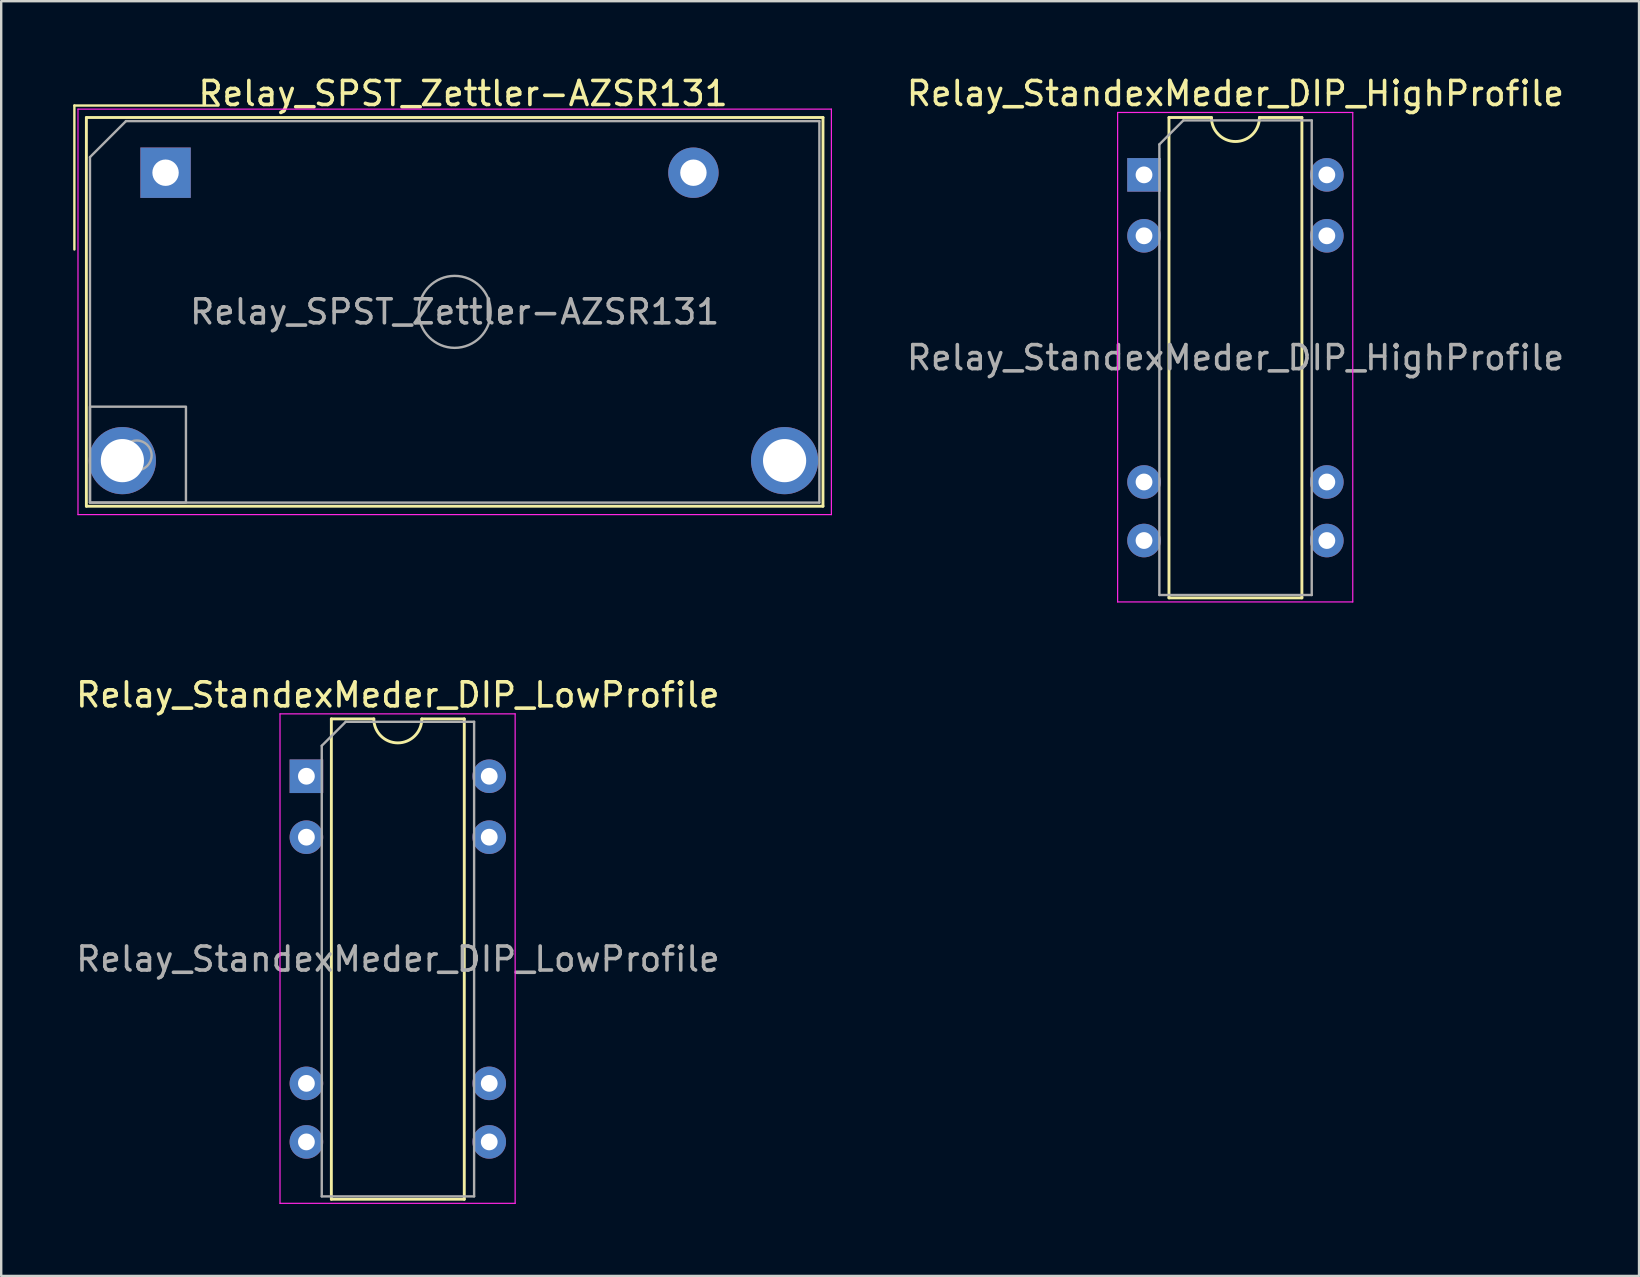
<source format=kicad_pcb>
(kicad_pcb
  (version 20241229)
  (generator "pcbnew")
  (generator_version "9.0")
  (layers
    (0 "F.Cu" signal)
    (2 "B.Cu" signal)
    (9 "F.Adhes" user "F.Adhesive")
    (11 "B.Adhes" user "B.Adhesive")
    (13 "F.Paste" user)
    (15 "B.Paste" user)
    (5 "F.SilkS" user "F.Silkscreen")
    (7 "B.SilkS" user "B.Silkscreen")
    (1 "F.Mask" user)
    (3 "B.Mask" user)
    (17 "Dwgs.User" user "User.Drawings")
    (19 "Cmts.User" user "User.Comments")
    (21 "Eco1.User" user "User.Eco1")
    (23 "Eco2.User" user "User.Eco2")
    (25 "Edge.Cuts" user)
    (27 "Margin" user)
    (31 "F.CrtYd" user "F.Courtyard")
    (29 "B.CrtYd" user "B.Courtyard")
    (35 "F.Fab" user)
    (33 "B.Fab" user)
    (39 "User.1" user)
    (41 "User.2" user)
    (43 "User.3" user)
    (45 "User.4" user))
  (footprint "Relay_StandexMeder_DIP_LowProfile"
    (layer "F.Cu")
    (at 9.72 29.302)
    (property "Reference" "Relay_StandexMeder_DIP_LowProfile" (at 3.81 -3.39 0) (layer "F.SilkS") (effects (font (size 1 1) (thickness 0.15))))
    (attr through_hole)
    (fp_line (start 1.04 -2.39) (end 1.04 17.63) (stroke (width 0.12) (type solid)) (layer "F.SilkS"))
    (fp_line (start 1.04 17.63) (end 6.58 17.63) (stroke (width 0.12) (type solid)) (layer "F.SilkS"))
    (fp_line (start 2.81 -2.39) (end 1.04 -2.39) (stroke (width 0.12) (type solid)) (layer "F.SilkS"))
    (fp_line (start 6.58 -2.39) (end 4.81 -2.39) (stroke (width 0.12) (type solid)) (layer "F.SilkS"))
    (fp_line (start 6.58 17.63) (end 6.58 -2.39) (stroke (width 0.12) (type solid)) (layer "F.SilkS"))
    (fp_arc (start 4.81 -2.39) (mid 3.81 -1.39) (end 2.81 -2.39) (stroke (width 0.12) (type solid)) (layer "F.SilkS"))
    (fp_line (start -1.1 -2.6) (end -1.1 17.8) (stroke (width 0.05) (type solid)) (layer "F.CrtYd"))
    (fp_line (start -1.1 17.8) (end 8.7 17.8) (stroke (width 0.05) (type solid)) (layer "F.CrtYd"))
    (fp_line (start 8.7 -2.6) (end -1.1 -2.6) (stroke (width 0.05) (type solid)) (layer "F.CrtYd"))
    (fp_line (start 8.7 17.8) (end 8.7 -2.6) (stroke (width 0.05) (type solid)) (layer "F.CrtYd"))
    (fp_line (start 0.64 -1.27) (end 1.64 -2.27) (stroke (width 0.1) (type solid)) (layer "F.Fab"))
    (fp_line (start 0.64 17.51) (end 0.64 -1.27) (stroke (width 0.1) (type solid)) (layer "F.Fab"))
    (fp_line (start 1.64 -2.27) (end 6.99 -2.27) (stroke (width 0.1) (type solid)) (layer "F.Fab"))
    (fp_line (start 6.99 -2.27) (end 6.99 17.51) (stroke (width 0.1) (type solid)) (layer "F.Fab"))
    (fp_line (start 6.99 17.51) (end 0.64 17.51) (stroke (width 0.1) (type solid)) (layer "F.Fab"))
    (fp_text user "${REFERENCE}" (at 3.815 7.62 0) (layer "F.Fab") (effects (font (size 1 1) (thickness 0.15))))
    (pad "1" thru_hole rect (at 0 0) (size 1.4 1.4) (drill 0.7) (layers "*.Cu" "*.Mask"))
    (pad "2" thru_hole circle (at 0 2.54) (size 1.4 1.4) (drill 0.7) (layers "*.Cu" "*.Mask"))
    (pad "6" thru_hole circle (at 0 12.8) (size 1.4 1.4) (drill 0.7) (layers "*.Cu" "*.Mask"))
    (pad "7" thru_hole circle (at 0 15.24) (size 1.4 1.4) (drill 0.7) (layers "*.Cu" "*.Mask"))
    (pad "8" thru_hole circle (at 7.62 15.24) (size 1.4 1.4) (drill 0.7) (layers "*.Cu" "*.Mask"))
    (pad "9" thru_hole circle (at 7.62 12.8) (size 1.4 1.4) (drill 0.7) (layers "*.Cu" "*.Mask"))
    (pad "13" thru_hole circle (at 7.62 2.54) (size 1.4 1.4) (drill 0.7) (layers "*.Cu" "*.Mask"))
    (pad "14" thru_hole circle (at 7.62 0) (size 1.4 1.4) (drill 0.7) (layers "*.Cu" "*.Mask")))
  (footprint "Relay_SPST_Zettler-AZSR131"
    (layer "F.Cu")
    (at 3.85 4.148)
    (property "Reference" "Relay_SPST_Zettler-AZSR131" (at 12.4 -3.3 180) (layer "F.SilkS") (effects (font (size 1 1) (thickness 0.15))))
    (attr through_hole)
    (fp_line (start -3.8 -2.8) (end -3.8 3.2) (stroke (width 0.1) (type default)) (layer "F.SilkS"))
    (fp_line (start -3.3 -2.3) (end 27.4 -2.3) (stroke (width 0.12) (type default)) (layer "F.SilkS"))
    (fp_line (start -3.3 13.9) (end -3.3 -2.3) (stroke (width 0.12) (type default)) (layer "F.SilkS"))
    (fp_line (start 2.2 -2.8) (end -3.8 -2.8) (stroke (width 0.1) (type default)) (layer "F.SilkS"))
    (fp_line (start 27.4 -2.3) (end 27.4 13.9) (stroke (width 0.12) (type default)) (layer "F.SilkS"))
    (fp_line (start 27.4 13.9) (end -3.3 13.9) (stroke (width 0.12) (type default)) (layer "F.SilkS"))
    (fp_line (start -3.65 14.25) (end -3.65 -2.65) (stroke (width 0.05) (type solid)) (layer "F.CrtYd"))
    (fp_line (start -3.65 14.25) (end 27.75 14.25) (stroke (width 0.05) (type solid)) (layer "F.CrtYd"))
    (fp_line (start 27.75 -2.65) (end -3.65 -2.65) (stroke (width 0.05) (type solid)) (layer "F.CrtYd"))
    (fp_line (start 27.75 14.25) (end 27.75 -2.65) (stroke (width 0.05) (type solid)) (layer "F.CrtYd"))
    (fp_line (start -3.15 13.75) (end -3.15 -0.65) (stroke (width 0.1) (type solid)) (layer "F.Fab"))
    (fp_line (start -3.15 13.75) (end 27.25 13.75) (stroke (width 0.1) (type solid)) (layer "F.Fab"))
    (fp_line (start -1.65 -2.15) (end -3.15 -0.65) (stroke (width 0.1) (type default)) (layer "F.Fab"))
    (fp_line (start 27.25 -2.15) (end -1.65 -2.15) (stroke (width 0.1) (type solid)) (layer "F.Fab"))
    (fp_line (start 27.25 13.75) (end 27.25 -2.15) (stroke (width 0.1) (type solid)) (layer "F.Fab"))
    (fp_rect (start -3.15 13.75) (end 0.85 9.75) (stroke (width 0.1) (type solid)) (fill no) (layer "F.Fab"))
    (fp_circle (center -1.2 11.781) (end -1.2 12.4) (stroke (width 0.1) (type solid)) (fill no) (layer "F.Fab"))
    (fp_circle (center 12.05 5.8) (end 12.05 7.3) (stroke (width 0.1) (type solid)) (fill no) (layer "F.Fab"))
    (fp_text user "${REFERENCE}" (at 12.05 5.8 180) (layer "F.Fab") (effects (font (size 1 1) (thickness 0.15))))
    (pad "1" thru_hole rect (at 0 0 180) (size 2.1 2.1) (drill 1.1) (layers "*.Cu" "*.Mask"))
    (pad "2" thru_hole circle (at 22 0 180) (size 2.1 2.1) (drill 1.1) (layers "*.Cu" "*.Mask"))
    (pad "3" thru_hole circle (at 25.8 12 180) (size 2.8 2.8) (drill 1.8) (layers "*.Cu" "*.Mask"))
    (pad "4" thru_hole circle (at -1.8 12 180) (size 2.8 2.8) (drill 1.8) (layers "*.Cu" "*.Mask")))
  (footprint "Relay_StandexMeder_DIP_HighProfile"
    (layer "F.Cu")
    (at 44.63 4.238)
    (property "Reference" "Relay_StandexMeder_DIP_HighProfile" (at 3.81 -3.39 0) (layer "F.SilkS") (effects (font (size 1 1) (thickness 0.15))))
    (attr through_hole)
    (fp_line (start 1.04 -2.39) (end 1.04 17.63) (stroke (width 0.12) (type solid)) (layer "F.SilkS"))
    (fp_line (start 1.04 17.63) (end 6.58 17.63) (stroke (width 0.12) (type solid)) (layer "F.SilkS"))
    (fp_line (start 2.81 -2.39) (end 1.04 -2.39) (stroke (width 0.12) (type solid)) (layer "F.SilkS"))
    (fp_line (start 6.58 -2.39) (end 4.81 -2.39) (stroke (width 0.12) (type solid)) (layer "F.SilkS"))
    (fp_line (start 6.58 17.63) (end 6.58 -2.39) (stroke (width 0.12) (type solid)) (layer "F.SilkS"))
    (fp_arc (start 4.81 -2.39) (mid 3.81 -1.39) (end 2.81 -2.39) (stroke (width 0.12) (type solid)) (layer "F.SilkS"))
    (fp_line (start -1.1 -2.6) (end -1.1 17.8) (stroke (width 0.05) (type solid)) (layer "F.CrtYd"))
    (fp_line (start -1.1 17.8) (end 8.7 17.8) (stroke (width 0.05) (type solid)) (layer "F.CrtYd"))
    (fp_line (start 8.7 -2.6) (end -1.1 -2.6) (stroke (width 0.05) (type solid)) (layer "F.CrtYd"))
    (fp_line (start 8.7 17.8) (end 8.7 -2.6) (stroke (width 0.05) (type solid)) (layer "F.CrtYd"))
    (fp_line (start 0.64 -1.27) (end 1.64 -2.27) (stroke (width 0.1) (type solid)) (layer "F.Fab"))
    (fp_line (start 0.64 17.51) (end 0.64 -1.27) (stroke (width 0.1) (type solid)) (layer "F.Fab"))
    (fp_line (start 1.64 -2.27) (end 6.99 -2.27) (stroke (width 0.1) (type solid)) (layer "F.Fab"))
    (fp_line (start 6.99 -2.27) (end 6.99 17.51) (stroke (width 0.1) (type solid)) (layer "F.Fab"))
    (fp_line (start 6.99 17.51) (end 0.64 17.51) (stroke (width 0.1) (type solid)) (layer "F.Fab"))
    (fp_text user "${REFERENCE}" (at 3.815 7.62 0) (layer "F.Fab") (effects (font (size 1 1) (thickness 0.15))))
    (pad "1" thru_hole rect (at 0 0) (size 1.4 1.4) (drill 0.7) (layers "*.Cu" "*.Mask"))
    (pad "2" thru_hole circle (at 0 2.54) (size 1.4 1.4) (drill 0.7) (layers "*.Cu" "*.Mask"))
    (pad "6" thru_hole circle (at 0 12.8) (size 1.4 1.4) (drill 0.7) (layers "*.Cu" "*.Mask"))
    (pad "7" thru_hole circle (at 0 15.24) (size 1.4 1.4) (drill 0.7) (layers "*.Cu" "*.Mask"))
    (pad "8" thru_hole circle (at 7.62 15.24) (size 1.4 1.4) (drill 0.7) (layers "*.Cu" "*.Mask"))
    (pad "9" thru_hole circle (at 7.62 12.8) (size 1.4 1.4) (drill 0.7) (layers "*.Cu" "*.Mask"))
    (pad "13" thru_hole circle (at 7.62 2.54) (size 1.4 1.4) (drill 0.7) (layers "*.Cu" "*.Mask"))
    (pad "14" thru_hole circle (at 7.62 0) (size 1.4 1.4) (drill 0.7) (layers "*.Cu" "*.Mask")))
  (gr_rect
    (start -3 -3)
    (end 65.261 50.127)
    (stroke (width 0.1) (type default))
    (fill no)
    (layer "Edge.Cuts")))
</source>
